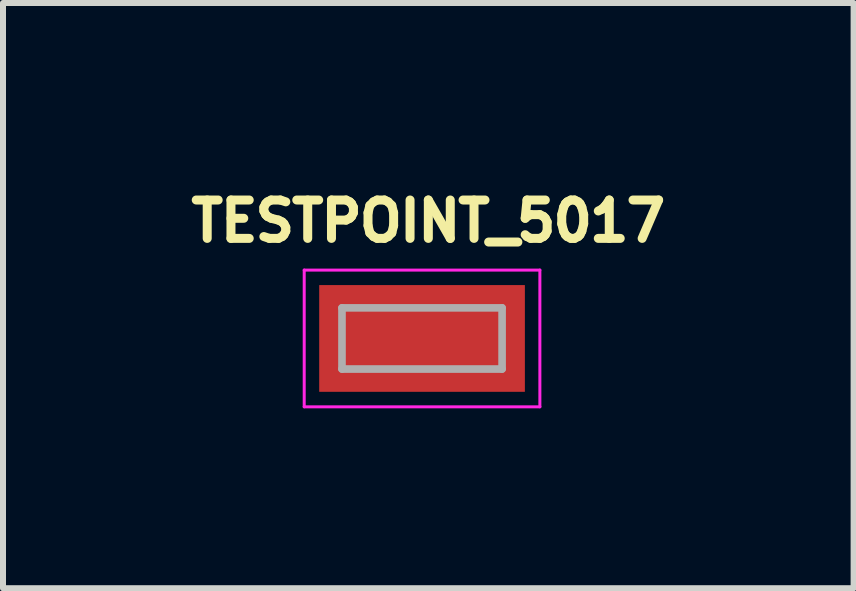
<source format=kicad_pcb>
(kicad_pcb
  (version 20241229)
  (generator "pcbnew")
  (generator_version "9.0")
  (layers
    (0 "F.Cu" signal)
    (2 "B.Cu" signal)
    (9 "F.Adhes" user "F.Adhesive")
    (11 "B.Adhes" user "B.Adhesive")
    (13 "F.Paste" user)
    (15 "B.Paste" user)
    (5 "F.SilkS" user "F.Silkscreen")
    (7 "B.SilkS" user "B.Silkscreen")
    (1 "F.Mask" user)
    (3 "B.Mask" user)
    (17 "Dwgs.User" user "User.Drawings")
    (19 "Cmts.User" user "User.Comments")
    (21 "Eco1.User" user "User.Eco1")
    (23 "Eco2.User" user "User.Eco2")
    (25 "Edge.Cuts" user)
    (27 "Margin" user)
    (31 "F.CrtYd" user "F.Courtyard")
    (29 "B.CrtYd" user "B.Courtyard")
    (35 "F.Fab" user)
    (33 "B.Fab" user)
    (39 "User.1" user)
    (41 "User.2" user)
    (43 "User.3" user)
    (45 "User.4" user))
  (footprint "TESTPOINT_5017"
    (layer "F.Cu")
    (at 3.988 2.594)
    (property "Reference" "TESTPOINT_5017" (at 0.105 -1.957 0) (layer "F.SilkS") (effects (font (size 0.64 0.64) (thickness 0.15))))
    (attr through_hole)
    (fp_line (start -1.965 -1.14) (end -1.965 1.14) (stroke (width 0.05) (type solid)) (layer "F.CrtYd"))
    (fp_line (start -1.965 1.14) (end 1.965 1.14) (stroke (width 0.05) (type solid)) (layer "F.CrtYd"))
    (fp_line (start 1.965 -1.14) (end -1.965 -1.14) (stroke (width 0.05) (type solid)) (layer "F.CrtYd"))
    (fp_line (start 1.965 1.14) (end 1.965 -1.14) (stroke (width 0.05) (type solid)) (layer "F.CrtYd"))
    (fp_line (start -1.335 -0.51) (end 1.335 -0.51) (stroke (width 0.127) (type solid)) (layer "F.Fab"))
    (fp_line (start -1.335 0.51) (end -1.335 -0.51) (stroke (width 0.127) (type solid)) (layer "F.Fab"))
    (fp_line (start 1.335 -0.51) (end 1.335 0.51) (stroke (width 0.127) (type solid)) (layer "F.Fab"))
    (fp_line (start 1.335 0.51) (end -1.335 0.51) (stroke (width 0.127) (type solid)) (layer "F.Fab"))
    (pad "1" smd rect (at 0 0) (size 3.43 1.78) (layers "F.Cu" "F.Mask" "F.Paste")))
  (gr_rect
    (start -3 -3)
    (end 11.185 6.759)
    (stroke (width 0.1) (type default))
    (fill no)
    (layer "Edge.Cuts")))
</source>
